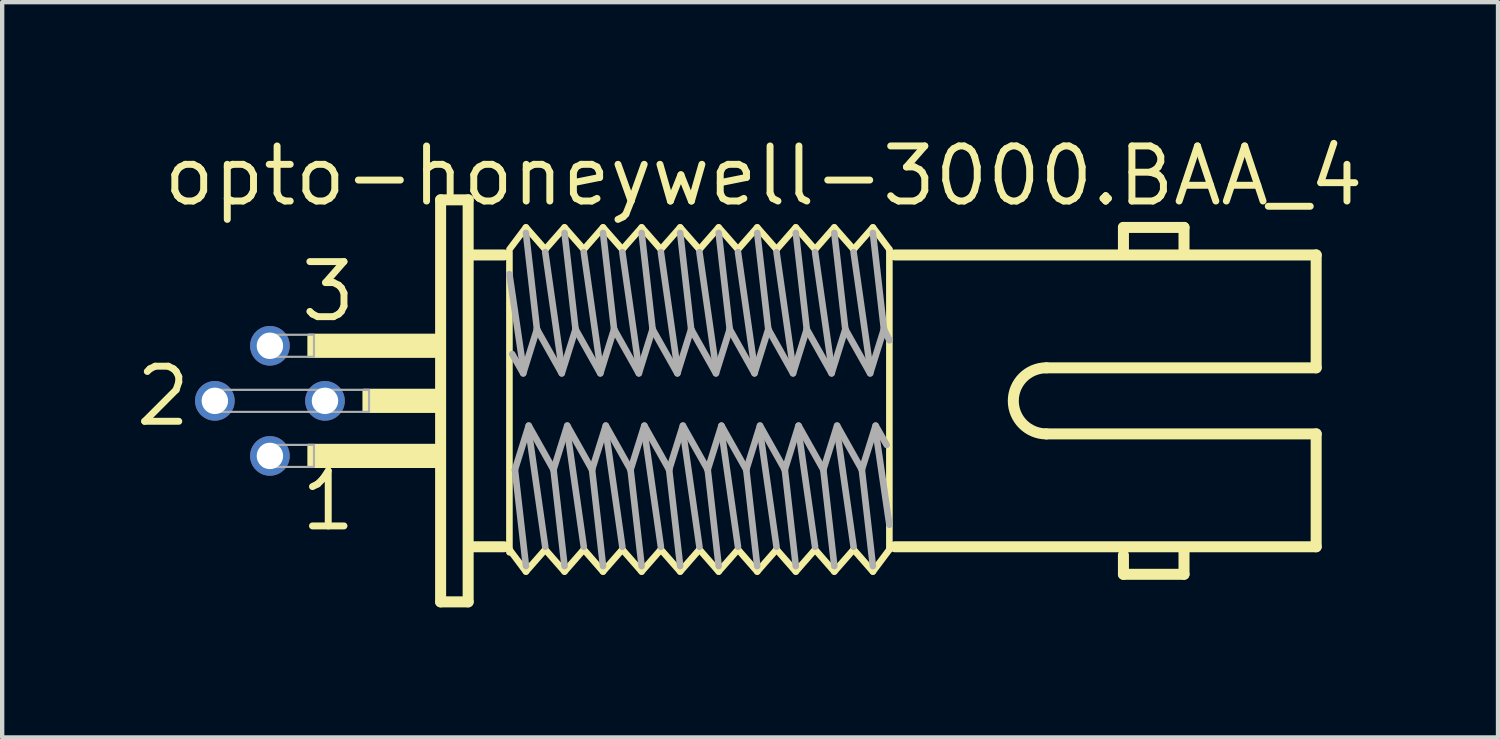
<source format=kicad_pcb>
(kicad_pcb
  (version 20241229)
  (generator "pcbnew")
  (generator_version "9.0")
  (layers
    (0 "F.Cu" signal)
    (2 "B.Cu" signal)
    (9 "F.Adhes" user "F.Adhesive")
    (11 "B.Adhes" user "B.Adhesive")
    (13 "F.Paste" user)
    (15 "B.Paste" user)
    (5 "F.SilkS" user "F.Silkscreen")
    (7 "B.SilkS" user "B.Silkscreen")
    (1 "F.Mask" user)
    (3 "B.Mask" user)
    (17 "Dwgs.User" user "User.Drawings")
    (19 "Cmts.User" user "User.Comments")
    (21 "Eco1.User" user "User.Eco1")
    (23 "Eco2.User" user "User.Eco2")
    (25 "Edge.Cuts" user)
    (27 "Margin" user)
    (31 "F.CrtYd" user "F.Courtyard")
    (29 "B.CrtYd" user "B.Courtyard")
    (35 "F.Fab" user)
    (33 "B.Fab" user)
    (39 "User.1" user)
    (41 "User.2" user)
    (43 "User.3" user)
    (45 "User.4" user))
  (footprint "opto-honeywell-3000.BAA_4"
    (layer "F.Cu")
    (at 6.985 6.195)
    (property "Reference" "opto-honeywell-3000.BAA_4" (at -6.35 -4.445 0) (layer "F.SilkS") (effects (font (size 1.27 1.27) (thickness 0.16)) (justify left bottom)))
    (attr through_hole)
    (fp_line (start 0.127 -4.636) (end 0.762 -4.636) (stroke (width 0.254) (type default)) (layer "F.SilkS"))
    (fp_line (start 0.127 4.636) (end 0.127 -4.636) (stroke (width 0.254) (type default)) (layer "F.SilkS"))
    (fp_line (start 0.762 -4.636) (end 0.762 4.636) (stroke (width 0.254) (type default)) (layer "F.SilkS"))
    (fp_line (start 0.762 4.636) (end 0.127 4.636) (stroke (width 0.254) (type default)) (layer "F.SilkS"))
    (fp_line (start 0.889 -3.365) (end 1.587 -3.365) (stroke (width 0.254) (type default)) (layer "F.SilkS"))
    (fp_line (start 0.889 3.365) (end 1.587 3.365) (stroke (width 0.254) (type default)) (layer "F.SilkS"))
    (fp_line (start 1.714 -3.493) (end 2.095 -4) (stroke (width 0.152) (type default)) (layer "F.SilkS"))
    (fp_line (start 1.714 3.429) (end 1.714 -3.429) (stroke (width 0.152) (type default)) (layer "F.SilkS"))
    (fp_line (start 1.714 3.493) (end 1.714 3.429) (stroke (width 0.152) (type default)) (layer "F.SilkS"))
    (fp_line (start 2.095 -4) (end 2.54 -3.493) (stroke (width 0.152) (type default)) (layer "F.SilkS"))
    (fp_line (start 2.095 3.937) (end 1.714 3.429) (stroke (width 0.152) (type default)) (layer "F.SilkS"))
    (fp_line (start 2.54 -3.493) (end 2.985 -4) (stroke (width 0.152) (type default)) (layer "F.SilkS"))
    (fp_line (start 2.54 3.429) (end 2.095 3.937) (stroke (width 0.152) (type default)) (layer "F.SilkS"))
    (fp_line (start 2.985 -4) (end 3.429 -3.493) (stroke (width 0.152) (type default)) (layer "F.SilkS"))
    (fp_line (start 2.985 3.937) (end 2.54 3.429) (stroke (width 0.152) (type default)) (layer "F.SilkS"))
    (fp_line (start 3.429 -3.493) (end 3.873 -4) (stroke (width 0.152) (type default)) (layer "F.SilkS"))
    (fp_line (start 3.429 3.429) (end 2.985 3.937) (stroke (width 0.152) (type default)) (layer "F.SilkS"))
    (fp_line (start 3.873 -4) (end 4.318 -3.493) (stroke (width 0.152) (type default)) (layer "F.SilkS"))
    (fp_line (start 3.873 3.937) (end 3.429 3.429) (stroke (width 0.152) (type default)) (layer "F.SilkS"))
    (fp_line (start 4.318 -3.493) (end 4.763 -4) (stroke (width 0.152) (type default)) (layer "F.SilkS"))
    (fp_line (start 4.318 3.429) (end 3.873 3.937) (stroke (width 0.152) (type default)) (layer "F.SilkS"))
    (fp_line (start 4.763 -4) (end 5.207 -3.493) (stroke (width 0.152) (type default)) (layer "F.SilkS"))
    (fp_line (start 4.763 3.937) (end 4.318 3.429) (stroke (width 0.152) (type default)) (layer "F.SilkS"))
    (fp_line (start 5.207 -3.493) (end 5.652 -4) (stroke (width 0.152) (type default)) (layer "F.SilkS"))
    (fp_line (start 5.207 3.429) (end 4.763 3.937) (stroke (width 0.152) (type default)) (layer "F.SilkS"))
    (fp_line (start 5.652 -4) (end 6.096 -3.493) (stroke (width 0.152) (type default)) (layer "F.SilkS"))
    (fp_line (start 5.652 3.937) (end 5.207 3.429) (stroke (width 0.152) (type default)) (layer "F.SilkS"))
    (fp_line (start 6.096 -3.493) (end 6.54 -4) (stroke (width 0.152) (type default)) (layer "F.SilkS"))
    (fp_line (start 6.096 3.429) (end 5.652 3.937) (stroke (width 0.152) (type default)) (layer "F.SilkS"))
    (fp_line (start 6.54 -4) (end 6.985 -3.493) (stroke (width 0.152) (type default)) (layer "F.SilkS"))
    (fp_line (start 6.54 3.937) (end 6.096 3.429) (stroke (width 0.152) (type default)) (layer "F.SilkS"))
    (fp_line (start 6.985 -3.493) (end 7.429 -4) (stroke (width 0.152) (type default)) (layer "F.SilkS"))
    (fp_line (start 6.985 3.429) (end 6.54 3.937) (stroke (width 0.152) (type default)) (layer "F.SilkS"))
    (fp_line (start 7.429 -4) (end 7.874 -3.493) (stroke (width 0.152) (type default)) (layer "F.SilkS"))
    (fp_line (start 7.429 3.937) (end 6.985 3.429) (stroke (width 0.152) (type default)) (layer "F.SilkS"))
    (fp_line (start 7.874 -3.493) (end 8.319 -4) (stroke (width 0.152) (type default)) (layer "F.SilkS"))
    (fp_line (start 7.874 3.429) (end 7.429 3.937) (stroke (width 0.152) (type default)) (layer "F.SilkS"))
    (fp_line (start 8.319 -4) (end 8.763 -3.493) (stroke (width 0.152) (type default)) (layer "F.SilkS"))
    (fp_line (start 8.319 3.937) (end 7.874 3.429) (stroke (width 0.152) (type default)) (layer "F.SilkS"))
    (fp_line (start 8.763 -3.493) (end 9.207 -4) (stroke (width 0.152) (type default)) (layer "F.SilkS"))
    (fp_line (start 8.763 3.429) (end 8.319 3.937) (stroke (width 0.152) (type default)) (layer "F.SilkS"))
    (fp_line (start 9.207 -4) (end 9.652 -3.493) (stroke (width 0.152) (type default)) (layer "F.SilkS"))
    (fp_line (start 9.207 3.937) (end 8.763 3.429) (stroke (width 0.152) (type default)) (layer "F.SilkS"))
    (fp_line (start 9.652 -3.493) (end 10.097 -4) (stroke (width 0.152) (type default)) (layer "F.SilkS"))
    (fp_line (start 9.652 3.429) (end 9.207 3.937) (stroke (width 0.152) (type default)) (layer "F.SilkS"))
    (fp_line (start 10.097 -4) (end 10.477 -3.493) (stroke (width 0.152) (type default)) (layer "F.SilkS"))
    (fp_line (start 10.097 3.937) (end 9.652 3.429) (stroke (width 0.152) (type default)) (layer "F.SilkS"))
    (fp_line (start 10.477 -3.493) (end 10.477 3.429) (stroke (width 0.152) (type default)) (layer "F.SilkS"))
    (fp_line (start 10.477 3.429) (end 10.097 3.937) (stroke (width 0.152) (type default)) (layer "F.SilkS"))
    (fp_line (start 10.604 -3.365) (end 20.32 -3.365) (stroke (width 0.254) (type default)) (layer "F.SilkS"))
    (fp_line (start 14.097 0.762) (end 20.32 0.762) (stroke (width 0.254) (type default)) (layer "F.SilkS"))
    (fp_line (start 15.875 -4) (end 17.272 -4) (stroke (width 0.254) (type default)) (layer "F.SilkS"))
    (fp_line (start 15.875 -3.429) (end 15.875 -4) (stroke (width 0.254) (type default)) (layer "F.SilkS"))
    (fp_line (start 15.875 3.556) (end 15.875 4) (stroke (width 0.254) (type default)) (layer "F.SilkS"))
    (fp_line (start 15.875 4) (end 17.272 4) (stroke (width 0.254) (type default)) (layer "F.SilkS"))
    (fp_line (start 17.272 -4) (end 17.272 -3.493) (stroke (width 0.254) (type default)) (layer "F.SilkS"))
    (fp_line (start 17.272 4) (end 17.272 3.493) (stroke (width 0.254) (type default)) (layer "F.SilkS"))
    (fp_line (start 20.32 -3.365) (end 20.32 -0.762) (stroke (width 0.254) (type default)) (layer "F.SilkS"))
    (fp_line (start 20.32 -0.762) (end 14.097 -0.762) (stroke (width 0.254) (type default)) (layer "F.SilkS"))
    (fp_line (start 20.32 0.762) (end 20.32 3.365) (stroke (width 0.254) (type default)) (layer "F.SilkS"))
    (fp_line (start 20.32 3.365) (end 10.604 3.365) (stroke (width 0.254) (type default)) (layer "F.SilkS"))
    (fp_rect (start -2.921 -1.016) (end 0 -1.524) (stroke (width 0.05) (type default)) (fill yes) (layer "F.SilkS"))
    (fp_rect (start -2.921 1.524) (end 0 1.016) (stroke (width 0.05) (type default)) (fill yes) (layer "F.SilkS"))
    (fp_rect (start -1.651 0.254) (end 0 -0.254) (stroke (width 0.05) (type default)) (fill yes) (layer "F.SilkS"))
    (fp_arc (start 14.097 0.762) (mid 13.335 0) (end 14.097 -0.762) (stroke (width 0.254) (type default)) (layer "F.SilkS"))
    (fp_line (start 1.714 -2.921) (end 2.032 -0.762) (stroke (width 0.152) (type default)) (layer "F.Fab"))
    (fp_line (start 1.778 -1.079) (end 2.032 -0.635) (stroke (width 0.152) (type default)) (layer "F.Fab"))
    (fp_line (start 2.032 -0.635) (end 2.349 -1.651) (stroke (width 0.152) (type default)) (layer "F.Fab"))
    (fp_line (start 2.095 -3.873) (end 2.349 -1.651) (stroke (width 0.152) (type default)) (layer "F.Fab"))
    (fp_line (start 2.095 3.81) (end 1.841 1.587) (stroke (width 0.152) (type default)) (layer "F.Fab"))
    (fp_line (start 2.159 0.572) (end 1.841 1.587) (stroke (width 0.152) (type default)) (layer "F.Fab"))
    (fp_line (start 2.349 -1.651) (end 2.921 -0.635) (stroke (width 0.152) (type default)) (layer "F.Fab"))
    (fp_line (start 2.54 -3.429) (end 2.921 -0.762) (stroke (width 0.152) (type default)) (layer "F.Fab"))
    (fp_line (start 2.54 3.365) (end 2.159 0.699) (stroke (width 0.152) (type default)) (layer "F.Fab"))
    (fp_line (start 2.731 1.587) (end 2.159 0.572) (stroke (width 0.152) (type default)) (layer "F.Fab"))
    (fp_line (start 2.921 -0.635) (end 3.239 -1.651) (stroke (width 0.152) (type default)) (layer "F.Fab"))
    (fp_line (start 2.985 -3.873) (end 3.239 -1.651) (stroke (width 0.152) (type default)) (layer "F.Fab"))
    (fp_line (start 2.985 3.81) (end 2.731 1.587) (stroke (width 0.152) (type default)) (layer "F.Fab"))
    (fp_line (start 3.048 0.572) (end 2.731 1.587) (stroke (width 0.152) (type default)) (layer "F.Fab"))
    (fp_line (start 3.239 -1.651) (end 3.81 -0.635) (stroke (width 0.152) (type default)) (layer "F.Fab"))
    (fp_line (start 3.429 -3.429) (end 3.81 -0.762) (stroke (width 0.152) (type default)) (layer "F.Fab"))
    (fp_line (start 3.429 3.365) (end 3.048 0.699) (stroke (width 0.152) (type default)) (layer "F.Fab"))
    (fp_line (start 3.619 1.587) (end 3.048 0.572) (stroke (width 0.152) (type default)) (layer "F.Fab"))
    (fp_line (start 3.81 -0.635) (end 4.128 -1.651) (stroke (width 0.152) (type default)) (layer "F.Fab"))
    (fp_line (start 3.873 -3.873) (end 4.128 -1.651) (stroke (width 0.152) (type default)) (layer "F.Fab"))
    (fp_line (start 3.873 3.81) (end 3.619 1.587) (stroke (width 0.152) (type default)) (layer "F.Fab"))
    (fp_line (start 3.937 0.572) (end 3.619 1.587) (stroke (width 0.152) (type default)) (layer "F.Fab"))
    (fp_line (start 4.128 -1.651) (end 4.699 -0.635) (stroke (width 0.152) (type default)) (layer "F.Fab"))
    (fp_line (start 4.318 -3.429) (end 4.699 -0.762) (stroke (width 0.152) (type default)) (layer "F.Fab"))
    (fp_line (start 4.318 3.365) (end 3.937 0.699) (stroke (width 0.152) (type default)) (layer "F.Fab"))
    (fp_line (start 4.508 1.587) (end 3.937 0.572) (stroke (width 0.152) (type default)) (layer "F.Fab"))
    (fp_line (start 4.699 -0.635) (end 5.016 -1.651) (stroke (width 0.152) (type default)) (layer "F.Fab"))
    (fp_line (start 4.763 -3.873) (end 5.016 -1.651) (stroke (width 0.152) (type default)) (layer "F.Fab"))
    (fp_line (start 4.763 3.81) (end 4.508 1.587) (stroke (width 0.152) (type default)) (layer "F.Fab"))
    (fp_line (start 4.826 0.572) (end 4.508 1.587) (stroke (width 0.152) (type default)) (layer "F.Fab"))
    (fp_line (start 5.016 -1.651) (end 5.588 -0.635) (stroke (width 0.152) (type default)) (layer "F.Fab"))
    (fp_line (start 5.207 -3.429) (end 5.588 -0.762) (stroke (width 0.152) (type default)) (layer "F.Fab"))
    (fp_line (start 5.207 3.365) (end 4.826 0.699) (stroke (width 0.152) (type default)) (layer "F.Fab"))
    (fp_line (start 5.397 1.587) (end 4.826 0.572) (stroke (width 0.152) (type default)) (layer "F.Fab"))
    (fp_line (start 5.588 -0.635) (end 5.905 -1.651) (stroke (width 0.152) (type default)) (layer "F.Fab"))
    (fp_line (start 5.652 -3.873) (end 5.905 -1.651) (stroke (width 0.152) (type default)) (layer "F.Fab"))
    (fp_line (start 5.652 3.81) (end 5.397 1.587) (stroke (width 0.152) (type default)) (layer "F.Fab"))
    (fp_line (start 5.715 0.572) (end 5.397 1.587) (stroke (width 0.152) (type default)) (layer "F.Fab"))
    (fp_line (start 5.905 -1.651) (end 6.477 -0.635) (stroke (width 0.152) (type default)) (layer "F.Fab"))
    (fp_line (start 6.096 -3.429) (end 6.477 -0.762) (stroke (width 0.152) (type default)) (layer "F.Fab"))
    (fp_line (start 6.096 3.365) (end 5.715 0.699) (stroke (width 0.152) (type default)) (layer "F.Fab"))
    (fp_line (start 6.287 1.587) (end 5.715 0.572) (stroke (width 0.152) (type default)) (layer "F.Fab"))
    (fp_line (start 6.477 -0.635) (end 6.795 -1.651) (stroke (width 0.152) (type default)) (layer "F.Fab"))
    (fp_line (start 6.54 -3.873) (end 6.795 -1.651) (stroke (width 0.152) (type default)) (layer "F.Fab"))
    (fp_line (start 6.54 3.81) (end 6.287 1.587) (stroke (width 0.152) (type default)) (layer "F.Fab"))
    (fp_line (start 6.604 0.572) (end 6.287 1.587) (stroke (width 0.152) (type default)) (layer "F.Fab"))
    (fp_line (start 6.795 -1.651) (end 7.366 -0.635) (stroke (width 0.152) (type default)) (layer "F.Fab"))
    (fp_line (start 6.985 -3.429) (end 7.366 -0.762) (stroke (width 0.152) (type default)) (layer "F.Fab"))
    (fp_line (start 6.985 3.365) (end 6.604 0.699) (stroke (width 0.152) (type default)) (layer "F.Fab"))
    (fp_line (start 7.176 1.587) (end 6.604 0.572) (stroke (width 0.152) (type default)) (layer "F.Fab"))
    (fp_line (start 7.366 -0.635) (end 7.684 -1.651) (stroke (width 0.152) (type default)) (layer "F.Fab"))
    (fp_line (start 7.429 -3.873) (end 7.684 -1.651) (stroke (width 0.152) (type default)) (layer "F.Fab"))
    (fp_line (start 7.429 3.81) (end 7.176 1.587) (stroke (width 0.152) (type default)) (layer "F.Fab"))
    (fp_line (start 7.493 0.572) (end 7.176 1.587) (stroke (width 0.152) (type default)) (layer "F.Fab"))
    (fp_line (start 7.684 -1.651) (end 8.255 -0.635) (stroke (width 0.152) (type default)) (layer "F.Fab"))
    (fp_line (start 7.874 -3.429) (end 8.255 -0.762) (stroke (width 0.152) (type default)) (layer "F.Fab"))
    (fp_line (start 7.874 3.365) (end 7.493 0.699) (stroke (width 0.152) (type default)) (layer "F.Fab"))
    (fp_line (start 8.065 1.587) (end 7.493 0.572) (stroke (width 0.152) (type default)) (layer "F.Fab"))
    (fp_line (start 8.255 -0.635) (end 8.572 -1.651) (stroke (width 0.152) (type default)) (layer "F.Fab"))
    (fp_line (start 8.319 -3.873) (end 8.572 -1.651) (stroke (width 0.152) (type default)) (layer "F.Fab"))
    (fp_line (start 8.319 3.81) (end 8.065 1.587) (stroke (width 0.152) (type default)) (layer "F.Fab"))
    (fp_line (start 8.382 0.572) (end 8.065 1.587) (stroke (width 0.152) (type default)) (layer "F.Fab"))
    (fp_line (start 8.572 -1.651) (end 9.144 -0.635) (stroke (width 0.152) (type default)) (layer "F.Fab"))
    (fp_line (start 8.763 -3.429) (end 9.144 -0.762) (stroke (width 0.152) (type default)) (layer "F.Fab"))
    (fp_line (start 8.763 3.365) (end 8.382 0.699) (stroke (width 0.152) (type default)) (layer "F.Fab"))
    (fp_line (start 8.954 1.587) (end 8.382 0.572) (stroke (width 0.152) (type default)) (layer "F.Fab"))
    (fp_line (start 9.144 -0.635) (end 9.461 -1.651) (stroke (width 0.152) (type default)) (layer "F.Fab"))
    (fp_line (start 9.207 -3.873) (end 9.461 -1.651) (stroke (width 0.152) (type default)) (layer "F.Fab"))
    (fp_line (start 9.207 3.81) (end 8.954 1.587) (stroke (width 0.152) (type default)) (layer "F.Fab"))
    (fp_line (start 9.271 0.572) (end 8.954 1.587) (stroke (width 0.152) (type default)) (layer "F.Fab"))
    (fp_line (start 9.461 -1.651) (end 10.033 -0.635) (stroke (width 0.152) (type default)) (layer "F.Fab"))
    (fp_line (start 9.652 -3.429) (end 10.033 -0.762) (stroke (width 0.152) (type default)) (layer "F.Fab"))
    (fp_line (start 9.652 3.365) (end 9.271 0.699) (stroke (width 0.152) (type default)) (layer "F.Fab"))
    (fp_line (start 9.842 1.587) (end 9.271 0.572) (stroke (width 0.152) (type default)) (layer "F.Fab"))
    (fp_line (start 10.033 -0.635) (end 10.351 -1.651) (stroke (width 0.152) (type default)) (layer "F.Fab"))
    (fp_line (start 10.097 -3.873) (end 10.351 -1.651) (stroke (width 0.152) (type default)) (layer "F.Fab"))
    (fp_line (start 10.097 3.81) (end 9.842 1.587) (stroke (width 0.152) (type default)) (layer "F.Fab"))
    (fp_line (start 10.16 0.572) (end 9.842 1.587) (stroke (width 0.152) (type default)) (layer "F.Fab"))
    (fp_line (start 10.351 -1.651) (end 10.477 -1.397) (stroke (width 0.152) (type default)) (layer "F.Fab"))
    (fp_line (start 10.414 1.016) (end 10.16 0.572) (stroke (width 0.152) (type default)) (layer "F.Fab"))
    (fp_line (start 10.477 2.857) (end 10.16 0.699) (stroke (width 0.152) (type default)) (layer "F.Fab"))
    (fp_rect (start -5.207 0.254) (end -2.54 -0.254) (stroke (width 0.05) (type default)) (fill no) (layer "F.Fab"))
    (fp_rect (start -3.937 -1.016) (end -2.794 -1.524) (stroke (width 0.05) (type default)) (fill no) (layer "F.Fab"))
    (fp_rect (start -3.937 1.524) (end -2.794 1.016) (stroke (width 0.05) (type default)) (fill no) (layer "F.Fab"))
    (fp_rect (start -2.667 0.254) (end -1.524 -0.254) (stroke (width 0.05) (type default)) (fill no) (layer "F.Fab"))
    (fp_text user "3" (at -3.175 -1.778 0) (layer "F.SilkS") (effects (font (size 1.27 1.27) (thickness 0.16)) (justify left bottom)))
    (fp_text user "2" (at -6.985 0.635 0) (layer "F.SilkS") (effects (font (size 1.27 1.27) (thickness 0.16)) (justify left bottom)))
    (fp_text user "1" (at -3.175 3.048 0) (layer "F.SilkS") (effects (font (size 1.27 1.27) (thickness 0.16)) (justify left bottom)))
    (pad "1" thru_hole circle (at -3.81 1.27) (size 0.914 0.914) (drill 0.61) (layers "*.Cu" "*.Mask"))
    (pad "2" thru_hole circle (at -5.08 0) (size 0.914 0.914) (drill 0.61) (layers "*.Cu" "*.Mask"))
    (pad "3" thru_hole circle (at -3.81 -1.27) (size 0.914 0.914) (drill 0.61) (layers "*.Cu" "*.Mask"))
    (pad "4" thru_hole circle (at -2.54 0) (size 0.914 0.914) (drill 0.61) (layers "*.Cu" "*.Mask")))
  (gr_rect
    (start -3 -3)
    (end 31.499 13.957)
    (stroke (width 0.1) (type default))
    (fill no)
    (layer "Edge.Cuts")))
</source>
